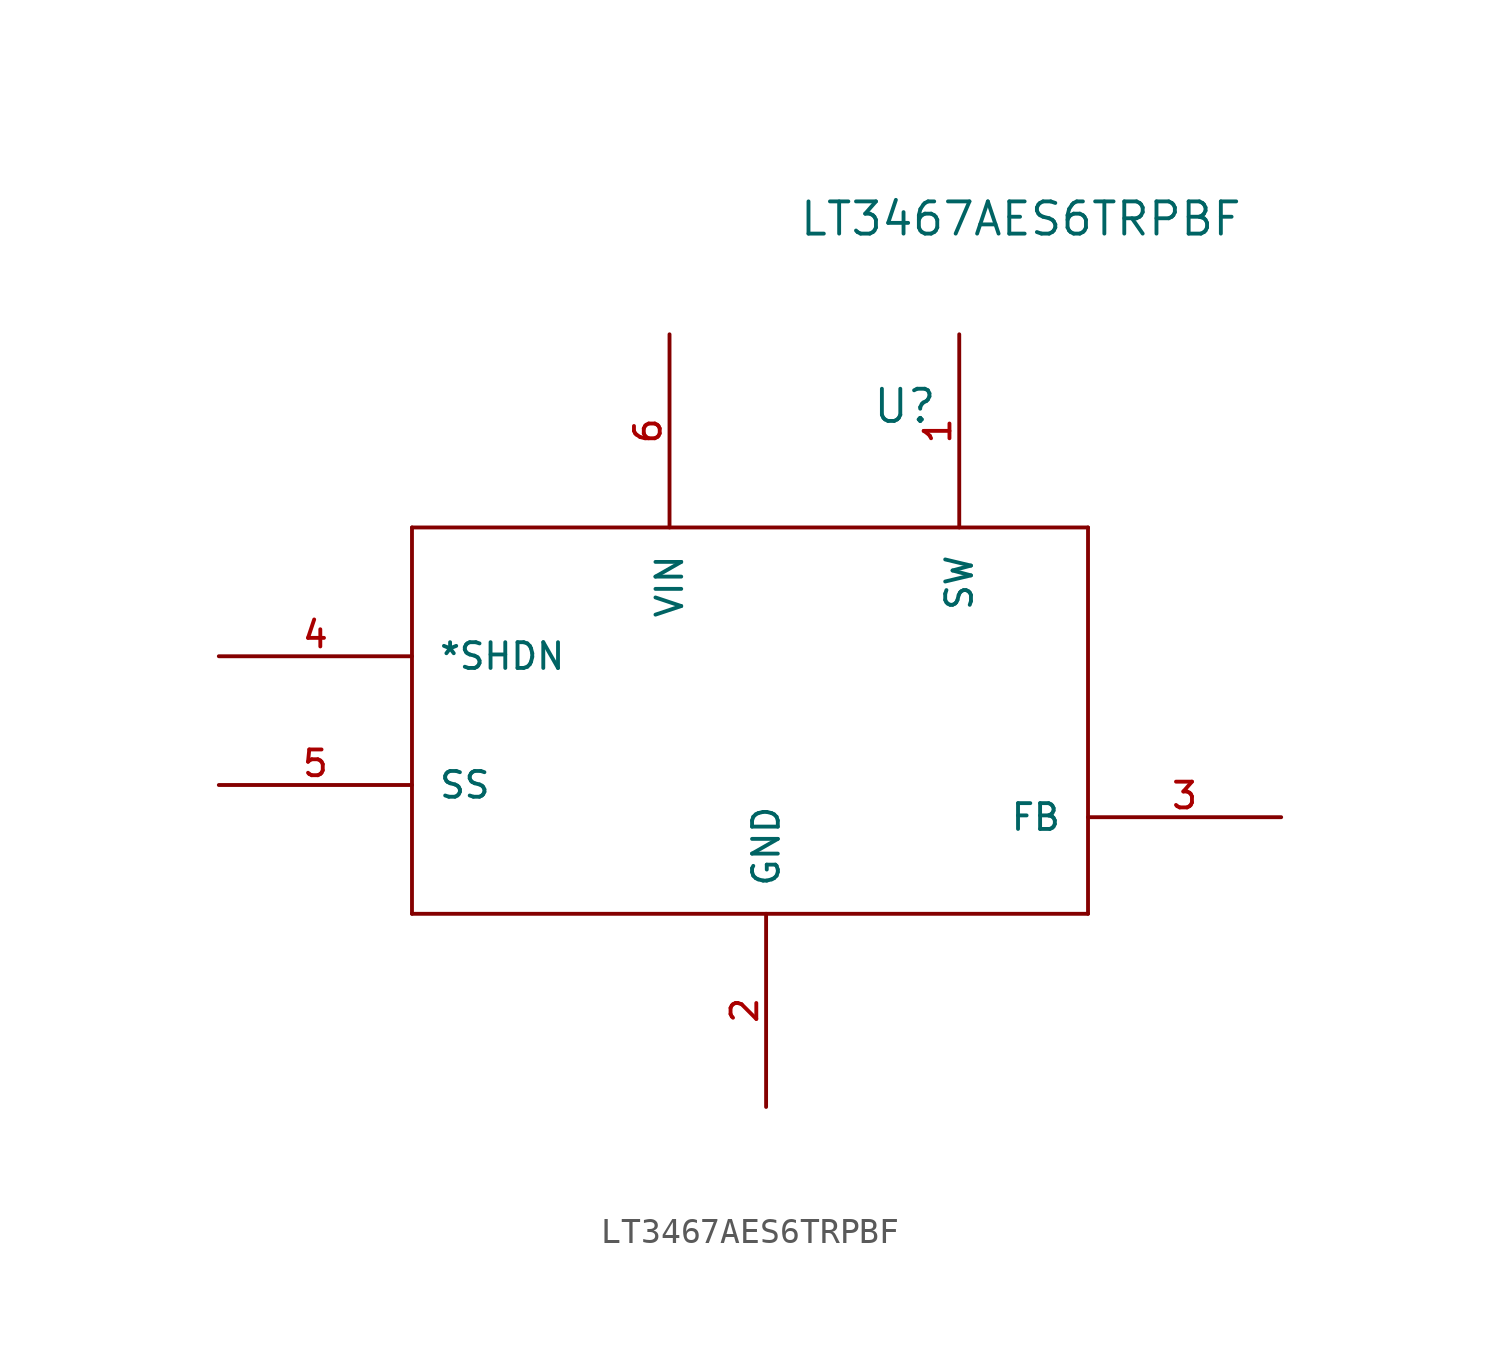
<source format=kicad_sym>
(kicad_symbol_lib
  (version 20211014)
  (generator kicad_symbol_editor)
  (symbol "LT3467AES6TRPBF"
    (pin_names
      (offset 1.016))
    (property "Reference" "U"
      (at 25.756 9.119 0)
      (effects (font (size 1.27 1.27)) (justify left bottom)))
    (property "Value" "LT3467AES6TRPBF"
      (at 22.86 16.51 0)
      (effects (font (size 1.27 1.27)) (justify left bottom)))
    (symbol "LT3467AES6TRPBF_0_0"
      (polyline (pts (xy 7.62 -10.16) (xy 34.29 -10.16)) (stroke (width 0.152) (type default) (color 0 0 0 0)) (fill (type none)))
      (polyline (pts (xy 7.62 5.08) (xy 7.62 -10.16)) (stroke (width 0.152) (type default) (color 0 0 0 0)) (fill (type none)))
      (polyline (pts (xy 34.29 -10.16) (xy 34.29 5.08)) (stroke (width 0.152) (type default) (color 0 0 0 0)) (fill (type none)))
      (polyline (pts (xy 34.29 5.08) (xy 7.62 5.08)) (stroke (width 0.152) (type default) (color 0 0 0 0)) (fill (type none)))
      (pin passive line (at 29.21 12.7 270) (length 7.62) (name "SW" (effects (font (size 1.016 1.016)))) (number "1" (effects (font (size 1.016 1.016)))))
      (pin power_in line (at 21.59 -17.78 90) (length 7.62) (name "GND" (effects (font (size 1.016 1.016)))) (number "2" (effects (font (size 1.016 1.016)))))
      (pin passive line (at 41.91 -6.35 180) (length 7.62) (name "FB" (effects (font (size 1.016 1.016)))) (number "3" (effects (font (size 1.016 1.016)))))
      (pin passive line (at 0 0 0) (length 7.62) (name "*SHDN" (effects (font (size 1.016 1.016)))) (number "4" (effects (font (size 1.016 1.016)))))
      (pin passive line (at 0 -5.08 0) (length 7.62) (name "SS" (effects (font (size 1.016 1.016)))) (number "5" (effects (font (size 1.016 1.016)))))
      (pin input line (at 17.78 12.7 270) (length 7.62) (name "VIN" (effects (font (size 1.016 1.016)))) (number "6" (effects (font (size 1.016 1.016))))))))
</source>
